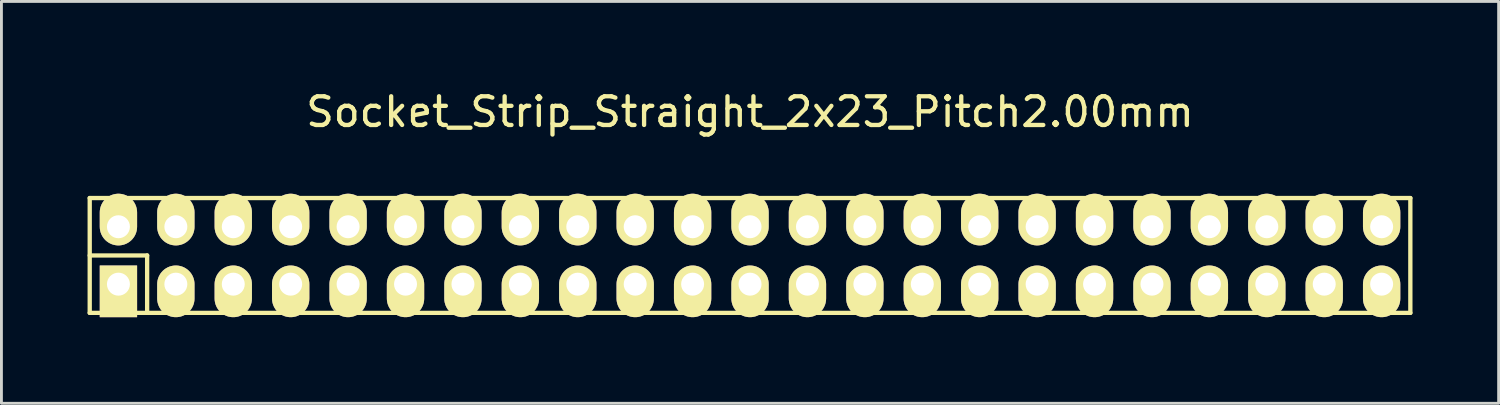
<source format=kicad_pcb>
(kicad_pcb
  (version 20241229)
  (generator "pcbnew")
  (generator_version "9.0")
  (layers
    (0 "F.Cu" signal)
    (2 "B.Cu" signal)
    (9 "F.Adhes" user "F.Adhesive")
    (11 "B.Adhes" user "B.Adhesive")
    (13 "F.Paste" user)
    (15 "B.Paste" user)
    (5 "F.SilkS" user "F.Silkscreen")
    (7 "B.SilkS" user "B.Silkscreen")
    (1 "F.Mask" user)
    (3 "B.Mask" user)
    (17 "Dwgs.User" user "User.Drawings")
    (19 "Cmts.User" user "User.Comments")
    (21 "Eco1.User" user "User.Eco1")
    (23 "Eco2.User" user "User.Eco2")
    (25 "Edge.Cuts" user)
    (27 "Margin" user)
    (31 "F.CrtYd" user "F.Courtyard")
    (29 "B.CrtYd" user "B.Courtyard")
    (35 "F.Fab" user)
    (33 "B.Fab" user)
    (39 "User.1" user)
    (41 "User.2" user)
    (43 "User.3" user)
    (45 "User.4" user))
  (footprint "Socket_Strip_Straight_2x23_Pitch2.00mm"
    (layer "F.Cu")
    (at 23.075 5.848)
    (property "Reference" "Socket_Strip_Straight_2x23_Pitch2.00mm" (at 0 -5 0) (layer "F.SilkS") (effects (font (size 1 1) (thickness 0.15))))
    (attr through_hole)
    (fp_line (start -23 -2) (end 23 -2) (stroke (width 0.15) (type solid)) (layer "F.SilkS"))
    (fp_line (start -23 0) (end -21 0) (stroke (width 0.15) (type solid)) (layer "F.SilkS"))
    (fp_line (start -23 2) (end -23 -2) (stroke (width 0.15) (type solid)) (layer "F.SilkS"))
    (fp_line (start -21 0) (end -21 2) (stroke (width 0.15) (type solid)) (layer "F.SilkS"))
    (fp_line (start 23 -2) (end 23 2) (stroke (width 0.15) (type solid)) (layer "F.SilkS"))
    (fp_line (start 23 2) (end -23 2) (stroke (width 0.15) (type solid)) (layer "F.SilkS"))
    (pad "1" thru_hole rect (at -22 1) (size 1.3 1.8) (drill 0.8 (offset 0 0.25)) (layers "*.Cu" "*.Mask" "F.SilkS"))
    (pad "2" thru_hole oval (at -22 -1) (size 1.3 1.8) (drill 0.8 (offset 0 -0.25)) (layers "*.Cu" "*.Mask" "F.SilkS"))
    (pad "3" thru_hole oval (at -20 1) (size 1.3 1.8) (drill 0.8 (offset 0 0.25)) (layers "*.Cu" "*.Mask" "F.SilkS"))
    (pad "4" thru_hole oval (at -20 -1) (size 1.3 1.8) (drill 0.8 (offset 0 -0.25)) (layers "*.Cu" "*.Mask" "F.SilkS"))
    (pad "5" thru_hole oval (at -18 1) (size 1.3 1.8) (drill 0.8 (offset 0 0.25)) (layers "*.Cu" "*.Mask" "F.SilkS"))
    (pad "6" thru_hole oval (at -18 -1) (size 1.3 1.8) (drill 0.8 (offset 0 -0.25)) (layers "*.Cu" "*.Mask" "F.SilkS"))
    (pad "7" thru_hole oval (at -16 1) (size 1.3 1.8) (drill 0.8 (offset 0 0.25)) (layers "*.Cu" "*.Mask" "F.SilkS"))
    (pad "8" thru_hole oval (at -16 -1) (size 1.3 1.8) (drill 0.8 (offset 0 -0.25)) (layers "*.Cu" "*.Mask" "F.SilkS"))
    (pad "9" thru_hole oval (at -14 1) (size 1.3 1.8) (drill 0.8 (offset 0 0.25)) (layers "*.Cu" "*.Mask" "F.SilkS"))
    (pad "10" thru_hole oval (at -14 -1) (size 1.3 1.8) (drill 0.8 (offset 0 -0.25)) (layers "*.Cu" "*.Mask" "F.SilkS"))
    (pad "11" thru_hole oval (at -12 1) (size 1.3 1.8) (drill 0.8 (offset 0 0.25)) (layers "*.Cu" "*.Mask" "F.SilkS"))
    (pad "12" thru_hole oval (at -12 -1) (size 1.3 1.8) (drill 0.8 (offset 0 -0.25)) (layers "*.Cu" "*.Mask" "F.SilkS"))
    (pad "13" thru_hole oval (at -10 1) (size 1.3 1.8) (drill 0.8 (offset 0 0.25)) (layers "*.Cu" "*.Mask" "F.SilkS"))
    (pad "14" thru_hole oval (at -10 -1) (size 1.3 1.8) (drill 0.8 (offset 0 -0.25)) (layers "*.Cu" "*.Mask" "F.SilkS"))
    (pad "15" thru_hole oval (at -8 1) (size 1.3 1.8) (drill 0.8 (offset 0 0.25)) (layers "*.Cu" "*.Mask" "F.SilkS"))
    (pad "16" thru_hole oval (at -8 -1) (size 1.3 1.8) (drill 0.8 (offset 0 -0.25)) (layers "*.Cu" "*.Mask" "F.SilkS"))
    (pad "17" thru_hole oval (at -6 1) (size 1.3 1.8) (drill 0.8 (offset 0 0.25)) (layers "*.Cu" "*.Mask" "F.SilkS"))
    (pad "18" thru_hole oval (at -6 -1) (size 1.3 1.8) (drill 0.8 (offset 0 -0.25)) (layers "*.Cu" "*.Mask" "F.SilkS"))
    (pad "19" thru_hole oval (at -4 1) (size 1.3 1.8) (drill 0.8 (offset 0 0.25)) (layers "*.Cu" "*.Mask" "F.SilkS"))
    (pad "20" thru_hole oval (at -4 -1) (size 1.3 1.8) (drill 0.8 (offset 0 -0.25)) (layers "*.Cu" "*.Mask" "F.SilkS"))
    (pad "21" thru_hole oval (at -2 1) (size 1.3 1.8) (drill 0.8 (offset 0 0.25)) (layers "*.Cu" "*.Mask" "F.SilkS"))
    (pad "22" thru_hole oval (at -2 -1) (size 1.3 1.8) (drill 0.8 (offset 0 -0.25)) (layers "*.Cu" "*.Mask" "F.SilkS"))
    (pad "23" thru_hole oval (at 0 1) (size 1.3 1.8) (drill 0.8 (offset 0 0.25)) (layers "*.Cu" "*.Mask" "F.SilkS"))
    (pad "24" thru_hole oval (at 0 -1) (size 1.3 1.8) (drill 0.8 (offset 0 -0.25)) (layers "*.Cu" "*.Mask" "F.SilkS"))
    (pad "25" thru_hole oval (at 2 1) (size 1.3 1.8) (drill 0.8 (offset 0 0.25)) (layers "*.Cu" "*.Mask" "F.SilkS"))
    (pad "26" thru_hole oval (at 2 -1) (size 1.3 1.8) (drill 0.8 (offset 0 -0.25)) (layers "*.Cu" "*.Mask" "F.SilkS"))
    (pad "27" thru_hole oval (at 4 1) (size 1.3 1.8) (drill 0.8 (offset 0 0.25)) (layers "*.Cu" "*.Mask" "F.SilkS"))
    (pad "28" thru_hole oval (at 4 -1) (size 1.3 1.8) (drill 0.8 (offset 0 -0.25)) (layers "*.Cu" "*.Mask" "F.SilkS"))
    (pad "29" thru_hole oval (at 6 1) (size 1.3 1.8) (drill 0.8 (offset 0 0.25)) (layers "*.Cu" "*.Mask" "F.SilkS"))
    (pad "30" thru_hole oval (at 6 -1) (size 1.3 1.8) (drill 0.8 (offset 0 -0.25)) (layers "*.Cu" "*.Mask" "F.SilkS"))
    (pad "31" thru_hole oval (at 8 1) (size 1.3 1.8) (drill 0.8 (offset 0 0.25)) (layers "*.Cu" "*.Mask" "F.SilkS"))
    (pad "32" thru_hole oval (at 8 -1) (size 1.3 1.8) (drill 0.8 (offset 0 -0.25)) (layers "*.Cu" "*.Mask" "F.SilkS"))
    (pad "33" thru_hole oval (at 10 1) (size 1.3 1.8) (drill 0.8 (offset 0 0.25)) (layers "*.Cu" "*.Mask" "F.SilkS"))
    (pad "34" thru_hole oval (at 10 -1) (size 1.3 1.8) (drill 0.8 (offset 0 -0.25)) (layers "*.Cu" "*.Mask" "F.SilkS"))
    (pad "35" thru_hole oval (at 12 1) (size 1.3 1.8) (drill 0.8 (offset 0 0.25)) (layers "*.Cu" "*.Mask" "F.SilkS"))
    (pad "36" thru_hole oval (at 12 -1) (size 1.3 1.8) (drill 0.8 (offset 0 -0.25)) (layers "*.Cu" "*.Mask" "F.SilkS"))
    (pad "37" thru_hole oval (at 14 1) (size 1.3 1.8) (drill 0.8 (offset 0 0.25)) (layers "*.Cu" "*.Mask" "F.SilkS"))
    (pad "38" thru_hole oval (at 14 -1) (size 1.3 1.8) (drill 0.8 (offset 0 -0.25)) (layers "*.Cu" "*.Mask" "F.SilkS"))
    (pad "39" thru_hole oval (at 16 1) (size 1.3 1.8) (drill 0.8 (offset 0 0.25)) (layers "*.Cu" "*.Mask" "F.SilkS"))
    (pad "40" thru_hole oval (at 16 -1) (size 1.3 1.8) (drill 0.8 (offset 0 -0.25)) (layers "*.Cu" "*.Mask" "F.SilkS"))
    (pad "41" thru_hole oval (at 18 1) (size 1.3 1.8) (drill 0.8 (offset 0 0.25)) (layers "*.Cu" "*.Mask" "F.SilkS"))
    (pad "42" thru_hole oval (at 18 -1) (size 1.3 1.8) (drill 0.8 (offset 0 -0.25)) (layers "*.Cu" "*.Mask" "F.SilkS"))
    (pad "43" thru_hole oval (at 20 1) (size 1.3 1.8) (drill 0.8 (offset 0 0.25)) (layers "*.Cu" "*.Mask" "F.SilkS"))
    (pad "44" thru_hole oval (at 20 -1) (size 1.3 1.8) (drill 0.8 (offset 0 -0.25)) (layers "*.Cu" "*.Mask" "F.SilkS"))
    (pad "45" thru_hole oval (at 22 1) (size 1.3 1.8) (drill 0.8 (offset 0 0.25)) (layers "*.Cu" "*.Mask" "F.SilkS"))
    (pad "46" thru_hole oval (at 22 -1) (size 1.3 1.8) (drill 0.8 (offset 0 -0.25)) (layers "*.Cu" "*.Mask" "F.SilkS")))
  (gr_rect
    (start -3 -3)
    (end 49.15 10.998)
    (stroke (width 0.1) (type default))
    (fill no)
    (layer "Edge.Cuts")))
</source>
